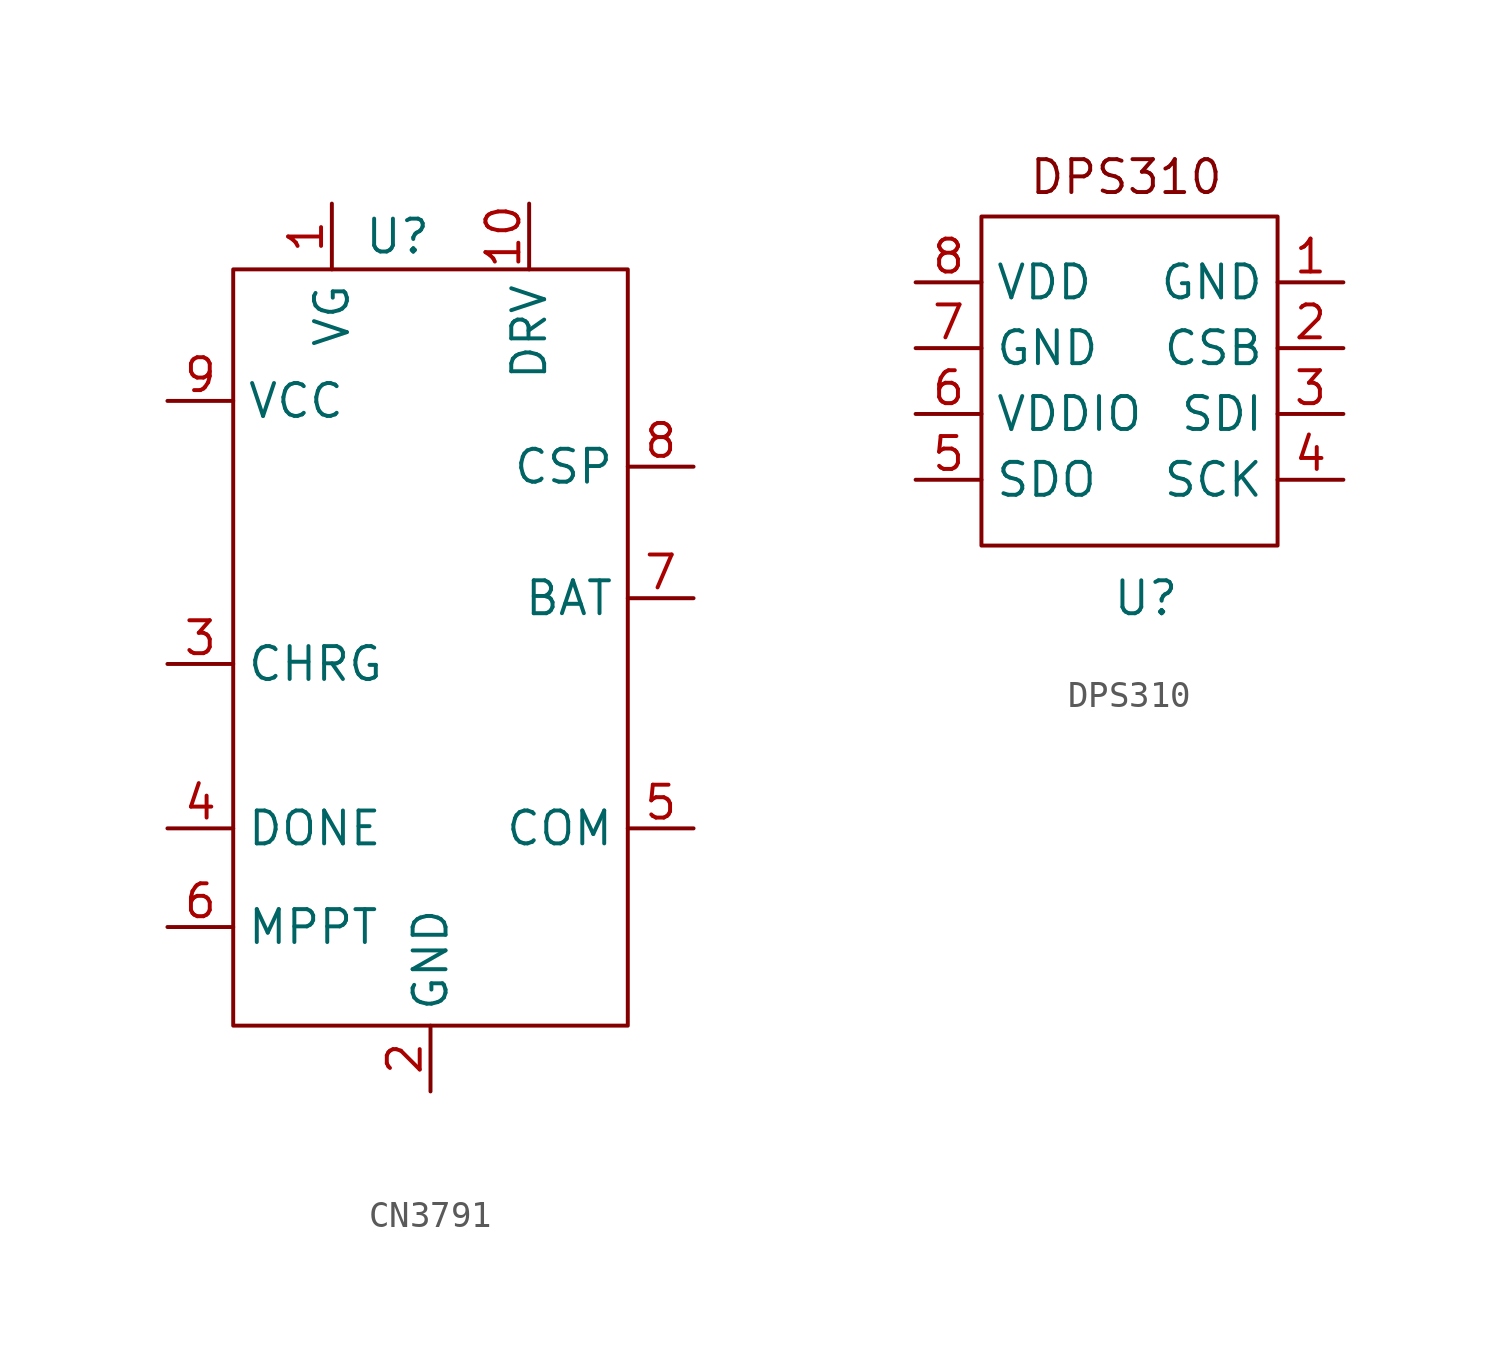
<source format=kicad_sym>
(kicad_symbol_lib
  (version 20241209)
  (generator "kicad_symbol_editor")
  (generator_version "9.0")
  (symbol "CN3791"
    (property "Reference" "U"
      (at -1.27 15.24 0)
      (effects (font (size 1.27 1.27))))
    (property "Value" ""
      (at 0 0 0)
      (effects (font (size 1.27 1.27))))
    (symbol "CN3791_0_1"
      (rectangle (start -7.62 13.97) (end 7.62 -15.24) (stroke (width 0) (type default)) (fill (type none))))
    (symbol "CN3791_1_1"
      (pin power_in line (at -10.16 8.89 0) (length 2.54) (name "VCC" (effects (font (size 1.27 1.27)))) (number "9" (effects (font (size 1.27 1.27)))))
      (pin open_collector line (at -10.16 -1.27 0) (length 2.54) (name "CHRG" (effects (font (size 1.27 1.27)))) (number "3" (effects (font (size 1.27 1.27)))))
      (pin open_collector line (at -10.16 -7.62 0) (length 2.54) (name "DONE" (effects (font (size 1.27 1.27)))) (number "4" (effects (font (size 1.27 1.27)))))
      (pin input line (at -10.16 -11.43 0) (length 2.54) (name "MPPT" (effects (font (size 1.27 1.27)))) (number "6" (effects (font (size 1.27 1.27)))))
      (pin passive line (at -3.81 16.51 270) (length 2.54) (name "VG" (effects (font (size 1.27 1.27)))) (number "1" (effects (font (size 1.27 1.27)))))
      (pin power_in line (at 0 -17.78 90) (length 2.54) (name "GND" (effects (font (size 1.27 1.27)))) (number "2" (effects (font (size 1.27 1.27)))))
      (pin output line (at 3.81 16.51 270) (length 2.54) (name "DRV" (effects (font (size 1.27 1.27)))) (number "10" (effects (font (size 1.27 1.27)))))
      (pin passive line (at 10.16 6.35 180) (length 2.54) (name "CSP" (effects (font (size 1.27 1.27)))) (number "8" (effects (font (size 1.27 1.27)))))
      (pin passive line (at 10.16 1.27 180) (length 2.54) (name "BAT" (effects (font (size 1.27 1.27)))) (number "7" (effects (font (size 1.27 1.27)))))
      (pin passive line (at 10.16 -7.62 180) (length 2.54) (name "COM" (effects (font (size 1.27 1.27)))) (number "5" (effects (font (size 1.27 1.27)))))))
  (symbol "DPS310"
    (property "Reference" "U"
      (at 0 -7.112 0)
      (effects (font (size 1.27 1.27))))
    (property "Value" ""
      (at 0 0 0)
      (effects (font (size 1.27 1.27))))
    (symbol "DPS310_0_1"
      (rectangle (start -6.35 7.62) (end 5.08 -5.08) (stroke (width 0) (type default)) (fill (type none))))
    (symbol "DPS310_1_1"
      (text "DPS310" (at -0.762 9.144 0) (effects (font (size 1.27 1.27))))
      (pin power_in line (at -8.89 5.08 0) (length 2.54) (name "VDD" (effects (font (size 1.27 1.27)))) (number "8" (effects (font (size 1.27 1.27)))))
      (pin power_in line (at -8.89 2.54 0) (length 2.54) (name "GND" (effects (font (size 1.27 1.27)))) (number "7" (effects (font (size 1.27 1.27)))))
      (pin power_in line (at -8.89 0 0) (length 2.54) (name "VDDIO" (effects (font (size 1.27 1.27)))) (number "6" (effects (font (size 1.27 1.27)))))
      (pin input line (at -8.89 -2.54 0) (length 2.54) (name "SDO" (effects (font (size 1.27 1.27)))) (number "5" (effects (font (size 1.27 1.27)))))
      (pin power_in line (at 7.62 5.08 180) (length 2.54) (name "GND" (effects (font (size 1.27 1.27)))) (number "1" (effects (font (size 1.27 1.27)))))
      (pin input line (at 7.62 2.54 180) (length 2.54) (name "CSB" (effects (font (size 1.27 1.27)))) (number "2" (effects (font (size 1.27 1.27)))))
      (pin bidirectional line (at 7.62 0 180) (length 2.54) (name "SDI" (effects (font (size 1.27 1.27)))) (number "3" (effects (font (size 1.27 1.27)))))
      (pin input line (at 7.62 -2.54 180) (length 2.54) (name "SCK" (effects (font (size 1.27 1.27)))) (number "4" (effects (font (size 1.27 1.27))))))))
</source>
